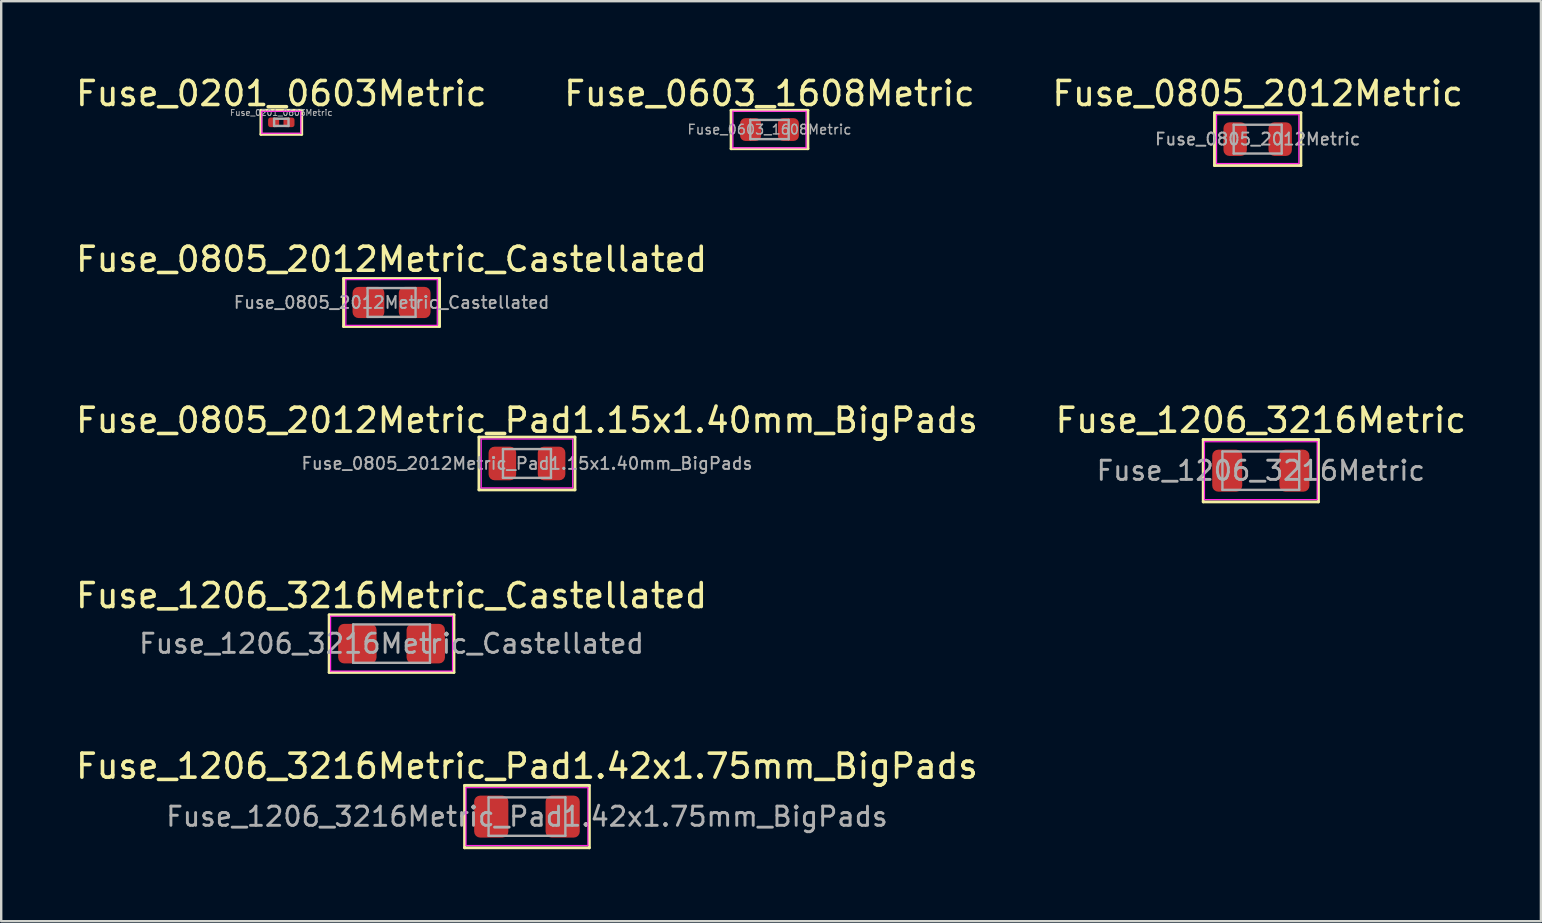
<source format=kicad_pcb>
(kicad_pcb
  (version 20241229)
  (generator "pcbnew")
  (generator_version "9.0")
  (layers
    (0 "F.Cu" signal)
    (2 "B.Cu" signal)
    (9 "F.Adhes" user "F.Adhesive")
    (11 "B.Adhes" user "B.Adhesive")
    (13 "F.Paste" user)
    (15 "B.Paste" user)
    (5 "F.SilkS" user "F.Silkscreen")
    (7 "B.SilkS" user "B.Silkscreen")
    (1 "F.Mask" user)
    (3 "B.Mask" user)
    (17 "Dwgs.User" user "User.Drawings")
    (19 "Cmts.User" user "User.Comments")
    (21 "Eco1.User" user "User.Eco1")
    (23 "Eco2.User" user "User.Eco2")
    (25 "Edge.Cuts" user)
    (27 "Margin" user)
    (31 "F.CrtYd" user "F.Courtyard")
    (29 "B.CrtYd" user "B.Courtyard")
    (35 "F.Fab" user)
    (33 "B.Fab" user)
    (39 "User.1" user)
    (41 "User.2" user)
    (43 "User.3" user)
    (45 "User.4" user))
  (footprint "Fuse_1206_3216Metric"
    (layer "F.Cu")
    (at 49.494 16.565)
    (property "Reference" "Fuse_1206_3216Metric" (at 0 -2.1 0) (layer "F.SilkS") (effects (font (size 1 1) (thickness 0.15))))
    (attr smd)
    (fp_line (start -2.4 -1.3) (end -2.4 1.3) (stroke (width 0.12) (type solid)) (layer "F.SilkS"))
    (fp_line (start -2.4 1.3) (end 2.4 1.3) (stroke (width 0.12) (type solid)) (layer "F.SilkS"))
    (fp_line (start 2.4 -1.3) (end -2.4 -1.3) (stroke (width 0.12) (type solid)) (layer "F.SilkS"))
    (fp_line (start 2.4 1.3) (end 2.4 -1.3) (stroke (width 0.12) (type solid)) (layer "F.SilkS"))
    (fp_line (start -2.349 -1.206) (end 2.349 -1.206) (stroke (width 0.05) (type solid)) (layer "F.CrtYd"))
    (fp_line (start -2.349 1.206) (end -2.349 -1.206) (stroke (width 0.05) (type solid)) (layer "F.CrtYd"))
    (fp_line (start 2.349 -1.206) (end 2.349 1.206) (stroke (width 0.05) (type solid)) (layer "F.CrtYd"))
    (fp_line (start 2.349 1.206) (end -2.349 1.206) (stroke (width 0.05) (type solid)) (layer "F.CrtYd"))
    (fp_line (start -1.6 -0.8) (end 1.6 -0.8) (stroke (width 0.1) (type solid)) (layer "F.Fab"))
    (fp_line (start -1.6 0.8) (end -1.6 -0.8) (stroke (width 0.1) (type solid)) (layer "F.Fab"))
    (fp_line (start 1.6 -0.8) (end 1.6 0.8) (stroke (width 0.1) (type solid)) (layer "F.Fab"))
    (fp_line (start 1.6 0.8) (end -1.6 0.8) (stroke (width 0.1) (type solid)) (layer "F.Fab"))
    (fp_text user "${REFERENCE}" (at 0 0 0) (layer "F.Fab") (effects (font (size 0.8 0.8) (thickness 0.12))))
    (pad "1" smd roundrect (at -1.4 0) (size 1.25 1.75) (layers "F.Cu" "F.Mask" "F.Paste") (roundrect_rratio 0.2))
    (pad "2" smd roundrect (at 1.4 0) (size 1.25 1.75) (layers "F.Cu" "F.Mask" "F.Paste") (roundrect_rratio 0.2)))
  (footprint "Fuse_0201_0603Metric"
    (layer "F.Cu")
    (at 8.673 2.048)
    (property "Reference" "Fuse_0201_0603Metric" (at 0 -1.2 0) (layer "F.SilkS") (effects (font (size 1 1) (thickness 0.15))))
    (attr smd)
    (fp_line (start -0.85 -0.5) (end -0.85 0.5) (stroke (width 0.12) (type solid)) (layer "F.SilkS"))
    (fp_line (start -0.85 0.5) (end 0.85 0.5) (stroke (width 0.12) (type solid)) (layer "F.SilkS"))
    (fp_line (start 0.85 -0.5) (end -0.85 -0.5) (stroke (width 0.12) (type solid)) (layer "F.SilkS"))
    (fp_line (start 0.85 0.5) (end 0.85 -0.5) (stroke (width 0.12) (type solid)) (layer "F.SilkS"))
    (fp_line (start -0.813 -0.457) (end 0.813 -0.457) (stroke (width 0.05) (type solid)) (layer "F.CrtYd"))
    (fp_line (start -0.813 0.457) (end -0.813 -0.457) (stroke (width 0.05) (type solid)) (layer "F.CrtYd"))
    (fp_line (start 0.813 -0.457) (end 0.813 0.457) (stroke (width 0.05) (type solid)) (layer "F.CrtYd"))
    (fp_line (start 0.813 0.457) (end -0.813 0.457) (stroke (width 0.05) (type solid)) (layer "F.CrtYd"))
    (fp_line (start -0.3 -0.15) (end 0.3 -0.15) (stroke (width 0.1) (type solid)) (layer "F.Fab"))
    (fp_line (start -0.3 0.15) (end -0.3 -0.15) (stroke (width 0.1) (type solid)) (layer "F.Fab"))
    (fp_line (start 0.3 -0.15) (end 0.3 0.15) (stroke (width 0.1) (type solid)) (layer "F.Fab"))
    (fp_line (start 0.3 0.15) (end -0.3 0.15) (stroke (width 0.1) (type solid)) (layer "F.Fab"))
    (fp_text user "${REFERENCE}" (at 0 -0.4 0) (layer "F.Fab") (effects (font (size 0.25 0.25) (thickness 0.04))))
    (pad "" smd roundrect (at -0.345 0) (size 0.318 0.36) (layers "F.Paste") (roundrect_rratio 0.25))
    (pad "" smd roundrect (at 0.345 0) (size 0.318 0.36) (layers "F.Paste") (roundrect_rratio 0.25))
    (pad "1" smd roundrect (at -0.32 0) (size 0.46 0.4) (layers "F.Cu" "F.Mask") (roundrect_rratio 0.25))
    (pad "2" smd roundrect (at 0.32 0) (size 0.46 0.4) (layers "F.Cu" "F.Mask") (roundrect_rratio 0.25)))
  (footprint "Fuse_0805_2012Metric_Castellated"
    (layer "F.Cu")
    (at 13.268 9.556)
    (property "Reference" "Fuse_0805_2012Metric_Castellated" (at 0 -1.8 0) (layer "F.SilkS") (effects (font (size 1 1) (thickness 0.15))))
    (attr smd)
    (fp_line (start -2 -1) (end -2 1) (stroke (width 0.12) (type solid)) (layer "F.SilkS"))
    (fp_line (start -2 1) (end 2 1) (stroke (width 0.12) (type solid)) (layer "F.SilkS"))
    (fp_line (start 2 -1) (end -2 -1) (stroke (width 0.12) (type solid)) (layer "F.SilkS"))
    (fp_line (start 2 1) (end 2 -1) (stroke (width 0.12) (type solid)) (layer "F.SilkS"))
    (fp_line (start -1.905 -0.953) (end 1.905 -0.953) (stroke (width 0.05) (type solid)) (layer "F.CrtYd"))
    (fp_line (start -1.905 0.953) (end -1.905 -0.953) (stroke (width 0.05) (type solid)) (layer "F.CrtYd"))
    (fp_line (start 1.905 -0.953) (end 1.905 0.953) (stroke (width 0.05) (type solid)) (layer "F.CrtYd"))
    (fp_line (start 1.905 0.953) (end -1.905 0.953) (stroke (width 0.05) (type solid)) (layer "F.CrtYd"))
    (fp_line (start -1 -0.6) (end 1 -0.6) (stroke (width 0.1) (type solid)) (layer "F.Fab"))
    (fp_line (start -1 0.6) (end -1 -0.6) (stroke (width 0.1) (type solid)) (layer "F.Fab"))
    (fp_line (start 1 -0.6) (end 1 0.6) (stroke (width 0.1) (type solid)) (layer "F.Fab"))
    (fp_line (start 1 0.6) (end -1 0.6) (stroke (width 0.1) (type solid)) (layer "F.Fab"))
    (fp_text user "${REFERENCE}" (at 0 0 0) (layer "F.Fab") (effects (font (size 0.5 0.5) (thickness 0.08))))
    (pad "1" smd roundrect (at -0.963 0) (size 1.325 1.3) (layers "F.Cu" "F.Mask" "F.Paste") (roundrect_rratio 0.192))
    (pad "2" smd roundrect (at 0.963 0) (size 1.325 1.3) (layers "F.Cu" "F.Mask" "F.Paste") (roundrect_rratio 0.192)))
  (footprint "Fuse_0805_2012Metric"
    (layer "F.Cu")
    (at 49.363 2.748)
    (property "Reference" "Fuse_0805_2012Metric" (at 0 -1.9 0) (layer "F.SilkS") (effects (font (size 1 1) (thickness 0.15))))
    (attr smd)
    (fp_line (start -1.8 -1.1) (end -1.8 1.1) (stroke (width 0.12) (type solid)) (layer "F.SilkS"))
    (fp_line (start -1.8 1.1) (end 1.8 1.1) (stroke (width 0.12) (type solid)) (layer "F.SilkS"))
    (fp_line (start 1.8 -1.1) (end -1.8 -1.1) (stroke (width 0.12) (type solid)) (layer "F.SilkS"))
    (fp_line (start 1.8 1.1) (end 1.8 -1.1) (stroke (width 0.12) (type solid)) (layer "F.SilkS"))
    (fp_line (start -1.714 -1.016) (end 1.714 -1.016) (stroke (width 0.05) (type solid)) (layer "F.CrtYd"))
    (fp_line (start -1.714 1.016) (end -1.714 -1.016) (stroke (width 0.05) (type solid)) (layer "F.CrtYd"))
    (fp_line (start 1.714 -1.016) (end 1.714 1.016) (stroke (width 0.05) (type solid)) (layer "F.CrtYd"))
    (fp_line (start 1.714 1.016) (end -1.714 1.016) (stroke (width 0.05) (type solid)) (layer "F.CrtYd"))
    (fp_line (start -1 -0.6) (end 1 -0.6) (stroke (width 0.1) (type solid)) (layer "F.Fab"))
    (fp_line (start -1 0.6) (end -1 -0.6) (stroke (width 0.1) (type solid)) (layer "F.Fab"))
    (fp_line (start 1 -0.6) (end 1 0.6) (stroke (width 0.1) (type solid)) (layer "F.Fab"))
    (fp_line (start 1 0.6) (end -1 0.6) (stroke (width 0.1) (type solid)) (layer "F.Fab"))
    (fp_text user "${REFERENCE}" (at 0 0 0) (layer "F.Fab") (effects (font (size 0.5 0.5) (thickness 0.08))))
    (pad "1" smd roundrect (at -0.938 0) (size 0.975 1.4) (layers "F.Cu" "F.Mask" "F.Paste") (roundrect_rratio 0.25))
    (pad "2" smd roundrect (at 0.938 0) (size 0.975 1.4) (layers "F.Cu" "F.Mask" "F.Paste") (roundrect_rratio 0.25)))
  (footprint "Fuse_1206_3216Metric_Pad1.42x1.75mm_BigPads"
    (layer "F.Cu")
    (at 18.911 30.981)
    (property "Reference" "Fuse_1206_3216Metric_Pad1.42x1.75mm_BigPads" (at 0 -2.1 0) (layer "F.SilkS") (effects (font (size 1 1) (thickness 0.15))))
    (attr smd)
    (fp_line (start -2.6 -1.3) (end -2.6 1.3) (stroke (width 0.12) (type solid)) (layer "F.SilkS"))
    (fp_line (start -2.6 1.3) (end 2.6 1.3) (stroke (width 0.12) (type solid)) (layer "F.SilkS"))
    (fp_line (start 2.6 -1.3) (end -2.6 -1.3) (stroke (width 0.12) (type solid)) (layer "F.SilkS"))
    (fp_line (start 2.6 1.3) (end 2.6 -1.3) (stroke (width 0.12) (type solid)) (layer "F.SilkS"))
    (fp_line (start -2.54 -1.206) (end 2.54 -1.206) (stroke (width 0.05) (type solid)) (layer "F.CrtYd"))
    (fp_line (start -2.54 1.206) (end -2.54 -1.206) (stroke (width 0.05) (type solid)) (layer "F.CrtYd"))
    (fp_line (start 2.54 -1.206) (end 2.54 1.206) (stroke (width 0.05) (type solid)) (layer "F.CrtYd"))
    (fp_line (start 2.54 1.206) (end -2.54 1.206) (stroke (width 0.05) (type solid)) (layer "F.CrtYd"))
    (fp_line (start -1.6 -0.8) (end 1.6 -0.8) (stroke (width 0.1) (type solid)) (layer "F.Fab"))
    (fp_line (start -1.6 0.8) (end -1.6 -0.8) (stroke (width 0.1) (type solid)) (layer "F.Fab"))
    (fp_line (start 1.6 -0.8) (end 1.6 0.8) (stroke (width 0.1) (type solid)) (layer "F.Fab"))
    (fp_line (start 1.6 0.8) (end -1.6 0.8) (stroke (width 0.1) (type solid)) (layer "F.Fab"))
    (fp_text user "${REFERENCE}" (at 0 0 0) (layer "F.Fab") (effects (font (size 0.8 0.8) (thickness 0.12))))
    (pad "1" smd roundrect (at -1.488 0) (size 1.425 1.75) (layers "F.Cu" "F.Mask" "F.Paste") (roundrect_rratio 0.175))
    (pad "2" smd roundrect (at 1.488 0) (size 1.425 1.75) (layers "F.Cu" "F.Mask" "F.Paste") (roundrect_rratio 0.175)))
  (footprint "Fuse_0603_1608Metric"
    (layer "F.Cu")
    (at 29.018 2.348)
    (property "Reference" "Fuse_0603_1608Metric" (at 0 -1.5 0) (layer "F.SilkS") (effects (font (size 1 1) (thickness 0.15))))
    (attr smd)
    (fp_line (start -1.6 -0.8) (end -1.6 0.8) (stroke (width 0.12) (type solid)) (layer "F.SilkS"))
    (fp_line (start -1.6 0.8) (end 1.6 0.8) (stroke (width 0.12) (type solid)) (layer "F.SilkS"))
    (fp_line (start 1.6 -0.8) (end -1.6 -0.8) (stroke (width 0.12) (type solid)) (layer "F.SilkS"))
    (fp_line (start 1.6 0.8) (end 1.6 -0.8) (stroke (width 0.12) (type solid)) (layer "F.SilkS"))
    (fp_line (start -1.524 -0.762) (end 1.524 -0.762) (stroke (width 0.05) (type solid)) (layer "F.CrtYd"))
    (fp_line (start -1.524 0.762) (end -1.524 -0.762) (stroke (width 0.05) (type solid)) (layer "F.CrtYd"))
    (fp_line (start 1.524 -0.762) (end 1.524 0.762) (stroke (width 0.05) (type solid)) (layer "F.CrtYd"))
    (fp_line (start 1.524 0.762) (end -1.524 0.762) (stroke (width 0.05) (type solid)) (layer "F.CrtYd"))
    (fp_line (start -0.8 -0.4) (end 0.8 -0.4) (stroke (width 0.1) (type solid)) (layer "F.Fab"))
    (fp_line (start -0.8 0.4) (end -0.8 -0.4) (stroke (width 0.1) (type solid)) (layer "F.Fab"))
    (fp_line (start 0.8 -0.4) (end 0.8 0.4) (stroke (width 0.1) (type solid)) (layer "F.Fab"))
    (fp_line (start 0.8 0.4) (end -0.8 0.4) (stroke (width 0.1) (type solid)) (layer "F.Fab"))
    (fp_text user "${REFERENCE}" (at 0 0 0) (layer "F.Fab") (effects (font (size 0.4 0.4) (thickness 0.06))))
    (pad "1" smd roundrect (at -0.787 0) (size 0.875 0.95) (layers "F.Cu" "F.Mask" "F.Paste") (roundrect_rratio 0.25))
    (pad "2" smd roundrect (at 0.787 0) (size 0.875 0.95) (layers "F.Cu" "F.Mask" "F.Paste") (roundrect_rratio 0.25)))
  (footprint "Fuse_0805_2012Metric_Pad1.15x1.40mm_BigPads"
    (layer "F.Cu")
    (at 18.911 16.265)
    (property "Reference" "Fuse_0805_2012Metric_Pad1.15x1.40mm_BigPads" (at 0 -1.8 0) (layer "F.SilkS") (effects (font (size 1 1) (thickness 0.15))))
    (attr smd)
    (fp_line (start -2 -1.1) (end -2 1.1) (stroke (width 0.12) (type solid)) (layer "F.SilkS"))
    (fp_line (start -2 1.1) (end 2 1.1) (stroke (width 0.12) (type solid)) (layer "F.SilkS"))
    (fp_line (start 2 -1.1) (end -2 -1.1) (stroke (width 0.12) (type solid)) (layer "F.SilkS"))
    (fp_line (start 2 1.1) (end 2 -1.1) (stroke (width 0.12) (type solid)) (layer "F.SilkS"))
    (fp_line (start -1.905 -1.016) (end 1.905 -1.016) (stroke (width 0.05) (type solid)) (layer "F.CrtYd"))
    (fp_line (start -1.905 1.016) (end -1.905 -1.016) (stroke (width 0.05) (type solid)) (layer "F.CrtYd"))
    (fp_line (start 1.905 -1.016) (end 1.905 1.016) (stroke (width 0.05) (type solid)) (layer "F.CrtYd"))
    (fp_line (start 1.905 1.016) (end -1.905 1.016) (stroke (width 0.05) (type solid)) (layer "F.CrtYd"))
    (fp_line (start -1 -0.6) (end 1 -0.6) (stroke (width 0.1) (type solid)) (layer "F.Fab"))
    (fp_line (start -1 0.6) (end -1 -0.6) (stroke (width 0.1) (type solid)) (layer "F.Fab"))
    (fp_line (start 1 -0.6) (end 1 0.6) (stroke (width 0.1) (type solid)) (layer "F.Fab"))
    (fp_line (start 1 0.6) (end -1 0.6) (stroke (width 0.1) (type solid)) (layer "F.Fab"))
    (fp_text user "${REFERENCE}" (at 0 0 0) (layer "F.Fab") (effects (font (size 0.5 0.5) (thickness 0.08))))
    (pad "1" smd roundrect (at -1.025 0) (size 1.15 1.4) (layers "F.Cu" "F.Mask" "F.Paste") (roundrect_rratio 0.217))
    (pad "2" smd roundrect (at 1.025 0) (size 1.15 1.4) (layers "F.Cu" "F.Mask" "F.Paste") (roundrect_rratio 0.217)))
  (footprint "Fuse_1206_3216Metric_Castellated"
    (layer "F.Cu")
    (at 13.268 23.773)
    (property "Reference" "Fuse_1206_3216Metric_Castellated" (at 0 -2 0) (layer "F.SilkS") (effects (font (size 1 1) (thickness 0.15))))
    (attr smd)
    (fp_line (start -2.6 -1.2) (end -2.6 1.2) (stroke (width 0.12) (type solid)) (layer "F.SilkS"))
    (fp_line (start -2.6 1.2) (end 2.6 1.2) (stroke (width 0.12) (type solid)) (layer "F.SilkS"))
    (fp_line (start 2.6 -1.2) (end -2.6 -1.2) (stroke (width 0.12) (type solid)) (layer "F.SilkS"))
    (fp_line (start 2.6 1.2) (end 2.6 -1.2) (stroke (width 0.12) (type solid)) (layer "F.SilkS"))
    (fp_line (start -2.54 -1.143) (end 2.54 -1.143) (stroke (width 0.05) (type solid)) (layer "F.CrtYd"))
    (fp_line (start -2.54 1.143) (end -2.54 -1.143) (stroke (width 0.05) (type solid)) (layer "F.CrtYd"))
    (fp_line (start 2.54 -1.143) (end 2.54 1.143) (stroke (width 0.05) (type solid)) (layer "F.CrtYd"))
    (fp_line (start 2.54 1.143) (end -2.54 1.143) (stroke (width 0.05) (type solid)) (layer "F.CrtYd"))
    (fp_line (start -1.6 -0.8) (end 1.6 -0.8) (stroke (width 0.1) (type solid)) (layer "F.Fab"))
    (fp_line (start -1.6 0.8) (end -1.6 -0.8) (stroke (width 0.1) (type solid)) (layer "F.Fab"))
    (fp_line (start 1.6 -0.8) (end 1.6 0.8) (stroke (width 0.1) (type solid)) (layer "F.Fab"))
    (fp_line (start 1.6 0.8) (end -1.6 0.8) (stroke (width 0.1) (type solid)) (layer "F.Fab"))
    (fp_text user "${REFERENCE}" (at 0 0 0) (layer "F.Fab") (effects (font (size 0.8 0.8) (thickness 0.12))))
    (pad "1" smd roundrect (at -1.425 0) (size 1.6 1.65) (layers "F.Cu" "F.Mask" "F.Paste") (roundrect_rratio 0.156))
    (pad "2" smd roundrect (at 1.425 0) (size 1.6 1.65) (layers "F.Cu" "F.Mask" "F.Paste") (roundrect_rratio 0.156)))
  (gr_rect
    (start -3 -3)
    (end 61.167 35.341)
    (stroke (width 0.1) (type default))
    (fill no)
    (layer "Edge.Cuts")))
</source>
